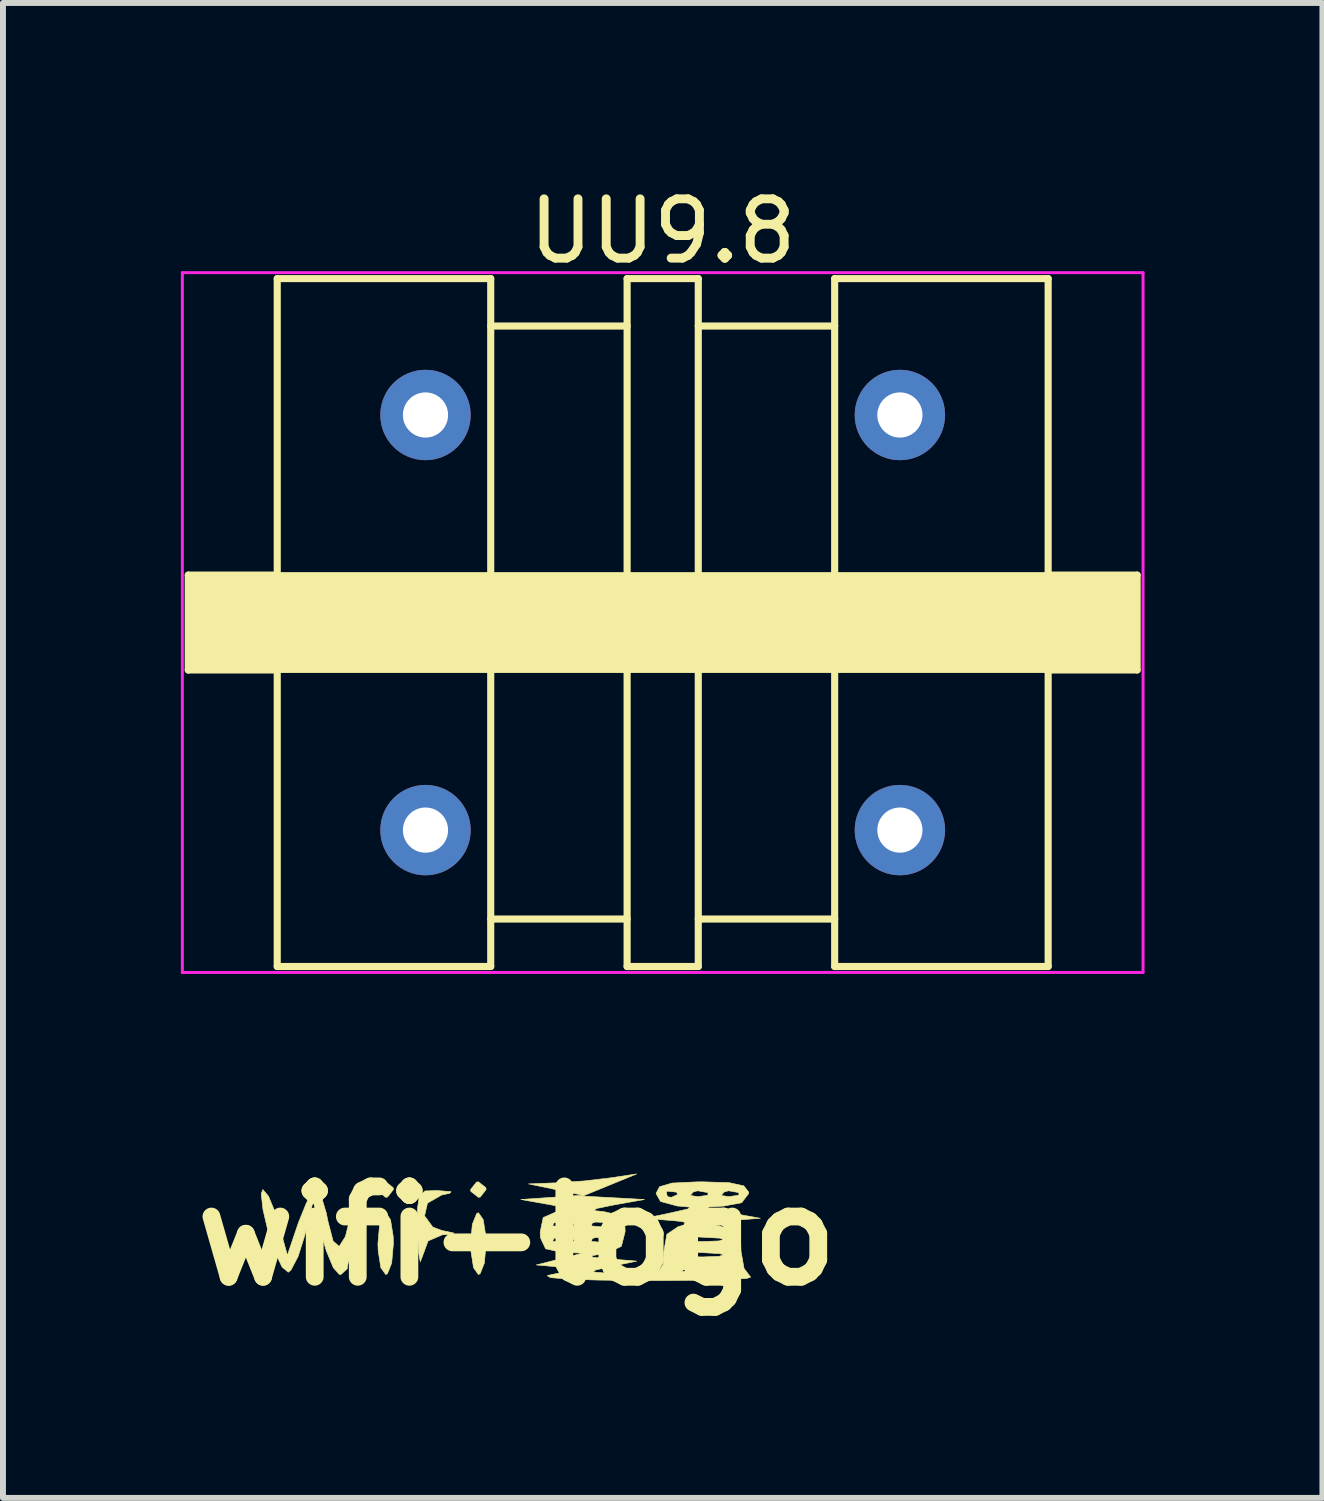
<source format=kicad_pcb>
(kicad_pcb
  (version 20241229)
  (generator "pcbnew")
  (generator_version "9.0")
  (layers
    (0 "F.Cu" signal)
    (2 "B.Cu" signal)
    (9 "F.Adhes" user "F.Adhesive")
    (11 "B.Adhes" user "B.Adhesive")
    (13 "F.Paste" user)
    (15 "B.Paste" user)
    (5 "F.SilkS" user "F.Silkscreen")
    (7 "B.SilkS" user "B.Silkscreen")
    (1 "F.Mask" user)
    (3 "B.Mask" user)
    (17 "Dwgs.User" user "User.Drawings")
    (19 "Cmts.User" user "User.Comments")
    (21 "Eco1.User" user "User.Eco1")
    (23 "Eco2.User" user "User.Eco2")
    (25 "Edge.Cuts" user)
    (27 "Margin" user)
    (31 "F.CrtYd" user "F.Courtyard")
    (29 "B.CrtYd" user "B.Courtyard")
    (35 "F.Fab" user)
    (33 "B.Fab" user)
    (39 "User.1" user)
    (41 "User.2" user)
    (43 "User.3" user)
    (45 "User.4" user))
  (footprint "UU9.8"
    (layer "F.Cu")
    (at 8.125 7.448)
    (property "Reference" "UU9.8" (at 0 -6.6 0) (layer "F.SilkS") (effects (font (size 1 1) (thickness 0.15))))
    (attr through_hole)
    (fp_line (start -8 -0.8) (end -8 0.8) (stroke (width 0.12) (type solid)) (layer "F.SilkS"))
    (fp_line (start -8 0.8) (end -6.5 0.8) (stroke (width 0.12) (type solid)) (layer "F.SilkS"))
    (fp_line (start -6.5 -5.8) (end -6.5 -0.8) (stroke (width 0.12) (type solid)) (layer "F.SilkS"))
    (fp_line (start -6.5 -5.8) (end -2.9 -5.8) (stroke (width 0.12) (type solid)) (layer "F.SilkS"))
    (fp_line (start -6.5 -0.8) (end -8 -0.8) (stroke (width 0.12) (type solid)) (layer "F.SilkS"))
    (fp_line (start -6.5 0.8) (end -6.5 5.8) (stroke (width 0.12) (type solid)) (layer "F.SilkS"))
    (fp_line (start -6.5 5.8) (end -2.9 5.8) (stroke (width 0.12) (type solid)) (layer "F.SilkS"))
    (fp_line (start -2.9 -5.8) (end -2.9 5.8) (stroke (width 0.12) (type solid)) (layer "F.SilkS"))
    (fp_line (start -2.9 5) (end -0.6 5) (stroke (width 0.12) (type solid)) (layer "F.SilkS"))
    (fp_line (start -0.6 -5.8) (end -0.6 5.8) (stroke (width 0.12) (type solid)) (layer "F.SilkS"))
    (fp_line (start -0.6 -5.8) (end 0.6 -5.8) (stroke (width 0.12) (type solid)) (layer "F.SilkS"))
    (fp_line (start -0.6 -5) (end -2.9 -5) (stroke (width 0.12) (type solid)) (layer "F.SilkS"))
    (fp_line (start -0.6 5.8) (end 0.6 5.8) (stroke (width 0.12) (type solid)) (layer "F.SilkS"))
    (fp_line (start 0.6 -5.8) (end 0.6 5.8) (stroke (width 0.12) (type solid)) (layer "F.SilkS"))
    (fp_line (start 0.6 -5) (end 2.9 -5) (stroke (width 0.12) (type solid)) (layer "F.SilkS"))
    (fp_line (start 0.6 5) (end 2.9 5) (stroke (width 0.12) (type solid)) (layer "F.SilkS"))
    (fp_line (start 2.9 -5.8) (end 2.9 5.8) (stroke (width 0.12) (type solid)) (layer "F.SilkS"))
    (fp_line (start 2.9 -5.8) (end 6.5 -5.8) (stroke (width 0.12) (type solid)) (layer "F.SilkS"))
    (fp_line (start 2.9 5.8) (end 6.5 5.8) (stroke (width 0.12) (type solid)) (layer "F.SilkS"))
    (fp_line (start 6.5 -0.8) (end 6.5 -5.8) (stroke (width 0.12) (type solid)) (layer "F.SilkS"))
    (fp_line (start 6.5 0.8) (end 6.5 5.8) (stroke (width 0.12) (type solid)) (layer "F.SilkS"))
    (fp_line (start 8 -0.8) (end 6.5 -0.8) (stroke (width 0.12) (type solid)) (layer "F.SilkS"))
    (fp_line (start 8 -0.8) (end 8 0.8) (stroke (width 0.12) (type solid)) (layer "F.SilkS"))
    (fp_line (start 8 0.8) (end 6.5 0.8) (stroke (width 0.12) (type solid)) (layer "F.SilkS"))
    (fp_poly (pts (xy -8 -0.8) (xy 8 -0.8) (xy 8 0.8) (xy -8 0.8)) (stroke (width 0.1) (type solid)) (fill yes) (layer "F.SilkS"))
    (fp_line (start -8.1 -5.9) (end 8.1 -5.9) (stroke (width 0.05) (type solid)) (layer "F.CrtYd"))
    (fp_line (start -8.1 5.9) (end -8.1 -5.9) (stroke (width 0.05) (type solid)) (layer "F.CrtYd"))
    (fp_line (start 8.1 -5.9) (end 8.1 5.9) (stroke (width 0.05) (type solid)) (layer "F.CrtYd"))
    (fp_line (start 8.1 5.9) (end -8.1 5.9) (stroke (width 0.05) (type solid)) (layer "F.CrtYd"))
    (pad "1" thru_hole circle (at -4 3.5) (size 1.524 1.524) (drill 0.762) (layers "*.Cu" "*.Mask"))
    (pad "2" thru_hole circle (at -4 -3.5) (size 1.524 1.524) (drill 0.762) (layers "*.Cu" "*.Mask"))
    (pad "3" thru_hole circle (at 4 3.5) (size 1.524 1.524) (drill 0.762) (layers "*.Cu" "*.Mask"))
    (pad "4" thru_hole circle (at 4 -3.5) (size 1.524 1.524) (drill 0.762) (layers "*.Cu" "*.Mask")))
  (footprint "wifi-logo"
    (layer "F.Cu")
    (at 5.668 17.791)
    (property "Reference" "wifi-logo" (at 0 0 0) (layer "F.SilkS") (effects (font (size 1.524 1.524) (thickness 0.3))))
    (attr through_hole)
    (fp_poly (pts (xy -2.088 -0.813) (xy -2.084 -0.782) (xy -2.183 -0.655) (xy -2.214 -0.651) (xy -2.341 -0.75) (xy -2.345 -0.782) (xy -2.245 -0.908) (xy -2.214 -0.912) (xy -2.088 -0.813)) (stroke (width 0.01) (type solid)) (fill yes) (layer "F.SilkS"))
    (fp_poly (pts (xy -0.525 -0.813) (xy -0.521 -0.782) (xy -0.62 -0.655) (xy -0.651 -0.651) (xy -0.778 -0.75) (xy -0.782 -0.782) (xy -0.682 -0.908) (xy -0.651 -0.912) (xy -0.525 -0.813)) (stroke (width 0.01) (type solid)) (fill yes) (layer "F.SilkS"))
    (fp_poly (pts (xy -2.133 -0.275) (xy -2.087 0.013) (xy -2.084 0.13) (xy -2.113 0.457) (xy -2.185 0.638) (xy -2.214 0.651) (xy -2.296 0.536) (xy -2.341 0.247) (xy -2.345 0.13) (xy -2.316 -0.196) (xy -2.244 -0.377) (xy -2.214 -0.391) (xy -2.133 -0.275)) (stroke (width 0.01) (type solid)) (fill yes) (layer "F.SilkS"))
    (fp_poly (pts (xy -0.57 -0.275) (xy -0.524 0.013) (xy -0.521 0.13) (xy -0.55 0.457) (xy -0.622 0.638) (xy -0.651 0.651) (xy -0.733 0.536) (xy -0.778 0.247) (xy -0.782 0.13) (xy -0.753 -0.196) (xy -0.68 -0.377) (xy -0.651 -0.391) (xy -0.57 -0.275)) (stroke (width 0.01) (type solid)) (fill yes) (layer "F.SilkS"))
    (fp_poly (pts (xy -1.335 -0.764) (xy -1.112 -0.746) (xy -1.136 -0.718) (xy -1.27 -0.69) (xy -1.509 -0.553) (xy -1.559 -0.338) (xy -1.419 -0.148) (xy -1.27 -0.092) (xy -1.063 -0.048) (xy -1.109 -0.028) (xy -1.261 -0.018) (xy -1.499 0.085) (xy -1.6 0.358) (xy -1.631 0.435) (xy -1.658 0.284) (xy -1.674 -0.033) (xy -1.679 -0.453) (xy -1.647 -0.675) (xy -1.55 -0.758) (xy -1.36 -0.765) (xy -1.335 -0.764)) (stroke (width 0.01) (type solid)) (fill yes) (layer "F.SilkS"))
    (fp_poly (pts (xy -2.572 -0.671) (xy -2.615 -0.387) (xy -2.675 -0.163) (xy -2.784 0.215) (xy -2.853 0.484) (xy -2.864 0.554) (xy -2.966 0.649) (xy -2.994 0.651) (xy -3.097 0.537) (xy -3.218 0.245) (xy -3.28 0.033) (xy -3.437 -0.586) (xy -3.578 -0.01) (xy -3.691 0.346) (xy -3.811 0.575) (xy -3.857 0.613) (xy -3.962 0.524) (xy -4.093 0.246) (xy -4.194 -0.062) (xy -4.284 -0.447) (xy -4.313 -0.709) (xy -4.286 -0.782) (xy -4.19 -0.668) (xy -4.072 -0.383) (xy -4.025 -0.228) (xy -3.872 0.326) (xy -3.684 -0.228) (xy -3.549 -0.56) (xy -3.427 -0.758) (xy -3.387 -0.782) (xy -3.3 -0.667) (xy -3.214 -0.379) (xy -3.191 -0.26) (xy -3.101 0.087) (xy -2.998 0.177) (xy -2.893 0.01) (xy -2.809 -0.324) (xy -2.723 -0.625) (xy -2.623 -0.777) (xy -2.605 -0.782) (xy -2.572 -0.671)) (stroke (width 0.01) (type solid)) (fill yes) (layer "F.SilkS"))
    (fp_poly (pts (xy 1.563 -0.858) (xy 1.107 -0.671) (xy 1.628 -0.643) (xy 2.149 -0.614) (xy 1.628 -0.521) (xy 1.34 -0.462) (xy 1.296 -0.427) (xy 1.465 -0.409) (xy 1.732 -0.348) (xy 1.82 -0.156) (xy 1.824 -0.074) (xy 1.76 0.176) (xy 1.522 0.288) (xy 1.465 0.297) (xy 1.257 0.335) (xy 1.279 0.36) (xy 1.546 0.387) (xy 1.563 0.388) (xy 2.019 0.425) (xy 1.563 0.521) (xy 1.322 0.576) (xy 1.286 0.608) (xy 1.475 0.625) (xy 1.791 0.634) (xy 2.189 0.637) (xy 2.391 0.596) (xy 2.394 0.592) (xy 2.771 0.592) (xy 2.935 0.612) (xy 3.126 0.616) (xy 3.408 0.606) (xy 3.485 0.58) (xy 3.419 0.559) (xy 3.04 0.538) (xy 2.833 0.559) (xy 2.771 0.592) (xy 2.394 0.592) (xy 2.465 0.476) (xy 2.472 0.331) (xy 2.771 0.331) (xy 2.935 0.351) (xy 3.126 0.355) (xy 3.408 0.345) (xy 3.485 0.319) (xy 3.419 0.299) (xy 3.04 0.277) (xy 2.833 0.299) (xy 2.771 0.331) (xy 2.472 0.331) (xy 2.475 0.27) (xy 2.51 0.071) (xy 2.771 0.071) (xy 2.935 0.091) (xy 3.126 0.095) (xy 3.408 0.085) (xy 3.485 0.059) (xy 3.419 0.038) (xy 3.04 0.017) (xy 2.833 0.038) (xy 2.771 0.071) (xy 2.51 0.071) (xy 2.528 -0.028) (xy 2.722 -0.158) (xy 2.768 -0.169) (xy 2.896 -0.21) (xy 2.778 -0.243) (xy 2.605 -0.26) (xy 2.149 -0.295) (xy 2.605 -0.391) (xy 2.881 -0.454) (xy 2.915 -0.486) (xy 2.722 -0.503) (xy 2.703 -0.504) (xy 2.42 -0.581) (xy 2.345 -0.716) (xy 2.356 -0.738) (xy 2.518 -0.738) (xy 2.536 -0.661) (xy 2.605 -0.651) (xy 2.675 -0.682) (xy 2.922 -0.682) (xy 3.05 -0.662) (xy 3.197 -0.682) (xy 3.443 -0.682) (xy 3.571 -0.662) (xy 3.74 -0.686) (xy 3.742 -0.73) (xy 3.568 -0.761) (xy 3.493 -0.74) (xy 3.443 -0.682) (xy 3.197 -0.682) (xy 3.219 -0.686) (xy 3.221 -0.73) (xy 3.047 -0.761) (xy 2.971 -0.74) (xy 2.922 -0.682) (xy 2.675 -0.682) (xy 2.712 -0.699) (xy 2.692 -0.738) (xy 2.537 -0.754) (xy 2.518 -0.738) (xy 2.356 -0.738) (xy 2.405 -0.83) (xy 2.617 -0.891) (xy 3.032 -0.911) (xy 3.126 -0.912) (xy 3.58 -0.897) (xy 3.824 -0.844) (xy 3.906 -0.74) (xy 3.908 -0.716) (xy 3.788 -0.559) (xy 3.484 -0.503) (xy 3.234 -0.488) (xy 3.209 -0.465) (xy 3.422 -0.42) (xy 3.582 -0.391) (xy 4.103 -0.297) (xy 3.582 -0.259) (xy 3.289 -0.232) (xy 3.241 -0.203) (xy 3.419 -0.167) (xy 3.683 -0.077) (xy 3.773 0.139) (xy 3.777 0.258) (xy 3.829 0.549) (xy 3.94 0.695) (xy 3.875 0.717) (xy 3.589 0.735) (xy 3.121 0.747) (xy 2.512 0.753) (xy 2.084 0.753) (xy 1.367 0.745) (xy 0.855 0.728) (xy 0.564 0.703) (xy 0.509 0.671) (xy 0.586 0.651) (xy 0.895 0.592) (xy 0.963 0.557) (xy 0.807 0.532) (xy 0.716 0.524) (xy 0.326 0.49) (xy 1.107 0.291) (xy 0.749 0.276) (xy 0.483 0.218) (xy 0.424 0.092) (xy 0.602 0.092) (xy 0.782 0.11) (xy 0.946 0.092) (xy 1.254 0.092) (xy 1.433 0.11) (xy 1.618 0.089) (xy 1.596 0.044) (xy 1.329 0.027) (xy 1.27 0.044) (xy 1.254 0.092) (xy 0.946 0.092) (xy 0.966 0.089) (xy 0.944 0.044) (xy 0.678 0.027) (xy 0.619 0.044) (xy 0.602 0.092) (xy 0.424 0.092) (xy 0.395 0.029) (xy 0.391 -0.065) (xy 0.413 -0.169) (xy 0.602 -0.169) (xy 0.782 -0.151) (xy 0.946 -0.169) (xy 1.254 -0.169) (xy 1.433 -0.151) (xy 1.618 -0.171) (xy 1.596 -0.217) (xy 1.329 -0.234) (xy 1.27 -0.217) (xy 1.254 -0.169) (xy 0.946 -0.169) (xy 0.966 -0.171) (xy 0.944 -0.217) (xy 0.678 -0.234) (xy 0.619 -0.217) (xy 0.602 -0.169) (xy 0.413 -0.169) (xy 0.442 -0.309) (xy 0.649 -0.401) (xy 0.749 -0.409) (xy 0.922 -0.429) (xy 0.863 -0.465) (xy 0.586 -0.521) (xy 0.065 -0.614) (xy 0.586 -0.65) (xy 1.107 -0.686) (xy 0.651 -0.782) (xy 0.195 -0.877) (xy 0.668 -0.895) (xy 1.138 -0.927) (xy 1.579 -0.979) (xy 2.019 -1.045) (xy 1.563 -0.858)) (stroke (width 0.01) (type solid)) (fill yes) (layer "F.SilkS")))
  (gr_rect
    (start -3 -3)
    (end 19.25 22.209)
    (stroke (width 0.1) (type default))
    (fill no)
    (layer "Edge.Cuts")))
</source>
